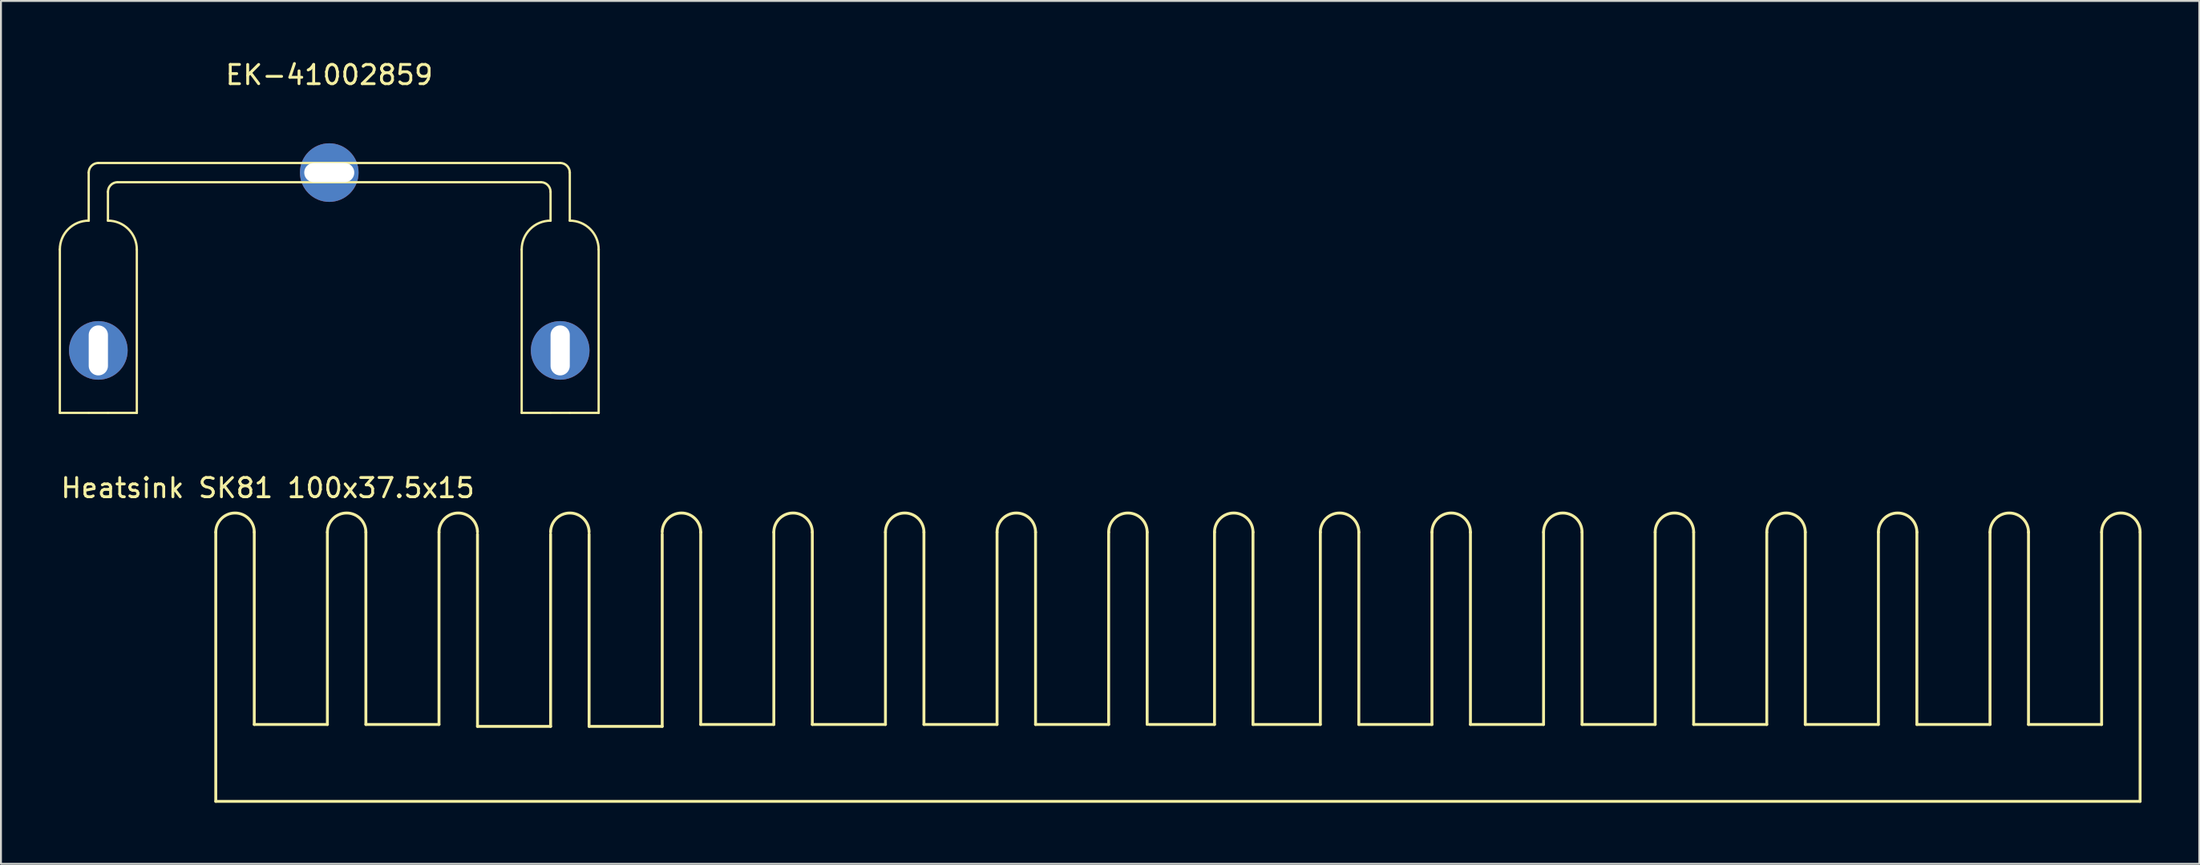
<source format=kicad_pcb>
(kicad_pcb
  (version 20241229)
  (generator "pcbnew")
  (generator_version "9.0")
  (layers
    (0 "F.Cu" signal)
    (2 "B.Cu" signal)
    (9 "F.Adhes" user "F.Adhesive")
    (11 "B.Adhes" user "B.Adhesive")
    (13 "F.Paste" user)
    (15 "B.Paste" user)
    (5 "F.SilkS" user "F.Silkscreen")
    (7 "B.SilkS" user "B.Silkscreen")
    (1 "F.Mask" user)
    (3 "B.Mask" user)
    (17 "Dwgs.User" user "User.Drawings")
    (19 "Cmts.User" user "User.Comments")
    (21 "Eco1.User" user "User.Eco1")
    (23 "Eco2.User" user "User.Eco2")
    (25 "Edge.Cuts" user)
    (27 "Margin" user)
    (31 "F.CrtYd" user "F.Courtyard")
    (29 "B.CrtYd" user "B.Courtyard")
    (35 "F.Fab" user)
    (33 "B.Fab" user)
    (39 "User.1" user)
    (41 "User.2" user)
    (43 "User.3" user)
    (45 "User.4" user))
  (footprint "EK-41002859"
    (layer "F.Cu")
    (at 14.06 5.928)
    (property "Reference" "EK-41002859" (at 0 -5.08 0) (layer "F.SilkS") (effects (font (size 1 1) (thickness 0.15))))
    (attr through_hole)
    (fp_line (start -14 12.5) (end -14 4) (stroke (width 0.12) (type solid)) (layer "F.SilkS"))
    (fp_line (start -12.5 2.5) (end -12.5 0) (stroke (width 0.12) (type solid)) (layer "F.SilkS"))
    (fp_line (start -12.5 12.5) (end -14 12.5) (stroke (width 0.12) (type solid)) (layer "F.SilkS"))
    (fp_line (start -12.5 12.5) (end -11.5 12.5) (stroke (width 0.12) (type solid)) (layer "F.SilkS"))
    (fp_line (start -11.5 2.5) (end -11.5 1) (stroke (width 0.12) (type solid)) (layer "F.SilkS"))
    (fp_line (start -11.5 12.5) (end -10 12.5) (stroke (width 0.12) (type solid)) (layer "F.SilkS"))
    (fp_line (start -11 0.5) (end 11 0.5) (stroke (width 0.12) (type solid)) (layer "F.SilkS"))
    (fp_line (start -10 4) (end -10 12.5) (stroke (width 0.12) (type solid)) (layer "F.SilkS"))
    (fp_line (start 10 4) (end 10 12.5) (stroke (width 0.12) (type solid)) (layer "F.SilkS"))
    (fp_line (start 11.5 1) (end 11.5 2.5) (stroke (width 0.12) (type solid)) (layer "F.SilkS"))
    (fp_line (start 11.5 12.5) (end 10 12.5) (stroke (width 0.12) (type solid)) (layer "F.SilkS"))
    (fp_line (start 11.5 12.5) (end 12.5 12.5) (stroke (width 0.12) (type solid)) (layer "F.SilkS"))
    (fp_line (start 12 -0.5) (end -12 -0.5) (stroke (width 0.12) (type solid)) (layer "F.SilkS"))
    (fp_line (start 12.5 2.5) (end 12.5 0) (stroke (width 0.12) (type solid)) (layer "F.SilkS"))
    (fp_line (start 12.5 12.5) (end 14 12.5) (stroke (width 0.12) (type solid)) (layer "F.SilkS"))
    (fp_line (start 14 4) (end 14 12.5) (stroke (width 0.12) (type solid)) (layer "F.SilkS"))
    (fp_arc (start -14 4) (mid -13.56066 2.93934) (end -12.5 2.5) (stroke (width 0.12) (type solid)) (layer "F.SilkS"))
    (fp_arc (start -12.5 0) (mid -12.353553 -0.353553) (end -12 -0.5) (stroke (width 0.12) (type solid)) (layer "F.SilkS"))
    (fp_arc (start -11.5 1) (mid -11.353553 0.646447) (end -11 0.5) (stroke (width 0.12) (type solid)) (layer "F.SilkS"))
    (fp_arc (start -11.5 2.5) (mid -10.43934 2.93934) (end -10 4) (stroke (width 0.12) (type solid)) (layer "F.SilkS"))
    (fp_arc (start 10 4) (mid 10.43934 2.93934) (end 11.5 2.5) (stroke (width 0.12) (type solid)) (layer "F.SilkS"))
    (fp_arc (start 11 0.5) (mid 11.353553 0.646447) (end 11.5 1) (stroke (width 0.12) (type solid)) (layer "F.SilkS"))
    (fp_arc (start 12 -0.5) (mid 12.353553 -0.353553) (end 12.5 0) (stroke (width 0.12) (type solid)) (layer "F.SilkS"))
    (fp_arc (start 12.5 2.5) (mid 13.56066 2.93934) (end 14 4) (stroke (width 0.12) (type solid)) (layer "F.SilkS"))
    (pad "1" thru_hole circle (at -12 9.25) (size 3.048 3.048) (drill oval 1 2.6) (layers "*.Cu" "*.Mask"))
    (pad "1" thru_hole circle (at 0 0) (size 3.048 3.048) (drill oval 2.6 1) (layers "*.Cu" "*.Mask"))
    (pad "1" thru_hole circle (at 12 9.25) (size 3.048 3.048) (drill oval 1 2.6) (layers "*.Cu" "*.Mask")))
  (footprint "Heatsink SK81 100x37.5x15"
    (layer "F.Cu")
    (at 8.163 38.636)
    (property "Reference" "Heatsink SK81 100x37.5x15" (at 2.7 -16.3 0) (unlocked yes) (layer "F.SilkS") (effects (font (size 1 1) (thickness 0.15))))
    (attr through_hole)
    (fp_line (start 0 0) (end 0 -14) (stroke (width 0.15) (type solid)) (layer "F.SilkS"))
    (fp_line (start 0 0) (end 100 0) (stroke (width 0.15) (type solid)) (layer "F.SilkS"))
    (fp_line (start 2 -14) (end 2 -4) (stroke (width 0.15) (type solid)) (layer "F.SilkS"))
    (fp_line (start 5.8 -14) (end 5.8 -4) (stroke (width 0.15) (type solid)) (layer "F.SilkS"))
    (fp_line (start 5.8 -4) (end 2 -4) (stroke (width 0.15) (type solid)) (layer "F.SilkS"))
    (fp_line (start 7.8 -14) (end 7.8 -4) (stroke (width 0.15) (type solid)) (layer "F.SilkS"))
    (fp_line (start 11.6 -14) (end 11.6 -4) (stroke (width 0.15) (type solid)) (layer "F.SilkS"))
    (fp_line (start 11.6 -4) (end 7.8 -4) (stroke (width 0.15) (type solid)) (layer "F.SilkS"))
    (fp_line (start 13.6 -13.9) (end 13.6 -3.9) (stroke (width 0.15) (type solid)) (layer "F.SilkS"))
    (fp_line (start 17.4 -13.9) (end 17.4 -3.9) (stroke (width 0.15) (type solid)) (layer "F.SilkS"))
    (fp_line (start 17.4 -3.9) (end 13.6 -3.9) (stroke (width 0.15) (type solid)) (layer "F.SilkS"))
    (fp_line (start 19.4 -13.9) (end 19.4 -3.9) (stroke (width 0.15) (type solid)) (layer "F.SilkS"))
    (fp_line (start 23.2 -13.9) (end 23.2 -3.9) (stroke (width 0.15) (type solid)) (layer "F.SilkS"))
    (fp_line (start 23.2 -3.9) (end 19.4 -3.9) (stroke (width 0.15) (type solid)) (layer "F.SilkS"))
    (fp_line (start 25.2 -14) (end 25.2 -4) (stroke (width 0.15) (type solid)) (layer "F.SilkS"))
    (fp_line (start 29 -14) (end 29 -4) (stroke (width 0.15) (type solid)) (layer "F.SilkS"))
    (fp_line (start 29 -4) (end 25.2 -4) (stroke (width 0.15) (type solid)) (layer "F.SilkS"))
    (fp_line (start 31 -14) (end 31 -4) (stroke (width 0.15) (type solid)) (layer "F.SilkS"))
    (fp_line (start 34.8 -14) (end 34.8 -4) (stroke (width 0.15) (type solid)) (layer "F.SilkS"))
    (fp_line (start 34.8 -4) (end 31 -4) (stroke (width 0.15) (type solid)) (layer "F.SilkS"))
    (fp_line (start 36.8 -14) (end 36.8 -4) (stroke (width 0.15) (type solid)) (layer "F.SilkS"))
    (fp_line (start 40.6 -14) (end 40.6 -4) (stroke (width 0.15) (type solid)) (layer "F.SilkS"))
    (fp_line (start 40.6 -4) (end 36.8 -4) (stroke (width 0.15) (type solid)) (layer "F.SilkS"))
    (fp_line (start 42.6 -14) (end 42.6 -4) (stroke (width 0.15) (type solid)) (layer "F.SilkS"))
    (fp_line (start 46.4 -14) (end 46.4 -4) (stroke (width 0.15) (type solid)) (layer "F.SilkS"))
    (fp_line (start 46.4 -4) (end 42.6 -4) (stroke (width 0.15) (type solid)) (layer "F.SilkS"))
    (fp_line (start 48.4 -14) (end 48.4 -4) (stroke (width 0.15) (type solid)) (layer "F.SilkS"))
    (fp_line (start 51.9 -14) (end 51.9 -4) (stroke (width 0.15) (type solid)) (layer "F.SilkS"))
    (fp_line (start 51.9 -4) (end 48.5 -4) (stroke (width 0.15) (type solid)) (layer "F.SilkS"))
    (fp_line (start 53.9 -14) (end 53.9 -4) (stroke (width 0.15) (type solid)) (layer "F.SilkS"))
    (fp_line (start 57.4 -14) (end 57.4 -4) (stroke (width 0.15) (type solid)) (layer "F.SilkS"))
    (fp_line (start 57.4 -4) (end 53.9 -4) (stroke (width 0.15) (type solid)) (layer "F.SilkS"))
    (fp_line (start 59.4 -14) (end 59.4 -4) (stroke (width 0.15) (type solid)) (layer "F.SilkS"))
    (fp_line (start 63.2 -14) (end 63.2 -4) (stroke (width 0.15) (type solid)) (layer "F.SilkS"))
    (fp_line (start 63.2 -4) (end 59.4 -4) (stroke (width 0.15) (type solid)) (layer "F.SilkS"))
    (fp_line (start 65.2 -14) (end 65.2 -4) (stroke (width 0.15) (type solid)) (layer "F.SilkS"))
    (fp_line (start 65.2 -4) (end 69 -4) (stroke (width 0.15) (type solid)) (layer "F.SilkS"))
    (fp_line (start 69 -14) (end 69 -4) (stroke (width 0.15) (type solid)) (layer "F.SilkS"))
    (fp_line (start 71 -14) (end 71 -4) (stroke (width 0.15) (type solid)) (layer "F.SilkS"))
    (fp_line (start 74.8 -14) (end 74.8 -4) (stroke (width 0.15) (type solid)) (layer "F.SilkS"))
    (fp_line (start 74.8 -4) (end 71 -4) (stroke (width 0.15) (type solid)) (layer "F.SilkS"))
    (fp_line (start 76.8 -14) (end 76.8 -4) (stroke (width 0.15) (type solid)) (layer "F.SilkS"))
    (fp_line (start 80.6 -14) (end 80.6 -4) (stroke (width 0.15) (type solid)) (layer "F.SilkS"))
    (fp_line (start 80.6 -4) (end 76.8 -4) (stroke (width 0.15) (type solid)) (layer "F.SilkS"))
    (fp_line (start 82.6 -14) (end 82.6 -4) (stroke (width 0.15) (type solid)) (layer "F.SilkS"))
    (fp_line (start 86.4 -14) (end 86.4 -4) (stroke (width 0.15) (type solid)) (layer "F.SilkS"))
    (fp_line (start 86.4 -4) (end 82.6 -4) (stroke (width 0.15) (type solid)) (layer "F.SilkS"))
    (fp_line (start 88.4 -14) (end 88.4 -4) (stroke (width 0.15) (type solid)) (layer "F.SilkS"))
    (fp_line (start 92.2 -14) (end 92.2 -4) (stroke (width 0.15) (type solid)) (layer "F.SilkS"))
    (fp_line (start 92.2 -4) (end 88.4 -4) (stroke (width 0.15) (type solid)) (layer "F.SilkS"))
    (fp_line (start 94.2 -14) (end 94.2 -4) (stroke (width 0.15) (type solid)) (layer "F.SilkS"))
    (fp_line (start 98 -14) (end 98 -4) (stroke (width 0.15) (type solid)) (layer "F.SilkS"))
    (fp_line (start 98 -4) (end 94.2 -4) (stroke (width 0.15) (type solid)) (layer "F.SilkS"))
    (fp_line (start 100 0) (end 100 -14) (stroke (width 0.15) (type solid)) (layer "F.SilkS"))
    (fp_arc (start 0 -14) (mid 1 -15) (end 2 -14) (stroke (width 0.15) (type solid)) (layer "F.SilkS"))
    (fp_arc (start 5.8 -14) (mid 6.8 -15) (end 7.8 -14) (stroke (width 0.15) (type solid)) (layer "F.SilkS"))
    (fp_arc (start 11.6 -14) (mid 12.6 -15) (end 13.6 -14) (stroke (width 0.15) (type solid)) (layer "F.SilkS"))
    (fp_arc (start 17.4 -14) (mid 18.4 -15) (end 19.4 -14) (stroke (width 0.15) (type solid)) (layer "F.SilkS"))
    (fp_arc (start 23.2 -14) (mid 24.2 -15) (end 25.2 -14) (stroke (width 0.15) (type solid)) (layer "F.SilkS"))
    (fp_arc (start 29 -14) (mid 30 -15) (end 31 -14) (stroke (width 0.15) (type solid)) (layer "F.SilkS"))
    (fp_arc (start 34.8 -14) (mid 35.8 -15) (end 36.8 -14) (stroke (width 0.15) (type solid)) (layer "F.SilkS"))
    (fp_arc (start 40.6 -14) (mid 41.6 -15) (end 42.6 -14) (stroke (width 0.15) (type solid)) (layer "F.SilkS"))
    (fp_arc (start 46.4 -14) (mid 47.4 -15) (end 48.4 -14) (stroke (width 0.15) (type solid)) (layer "F.SilkS"))
    (fp_arc (start 51.9 -14) (mid 52.9 -15) (end 53.9 -14) (stroke (width 0.15) (type solid)) (layer "F.SilkS"))
    (fp_arc (start 57.4 -14) (mid 58.4 -15) (end 59.4 -14) (stroke (width 0.15) (type solid)) (layer "F.SilkS"))
    (fp_arc (start 63.2 -14) (mid 64.2 -15) (end 65.2 -14) (stroke (width 0.15) (type solid)) (layer "F.SilkS"))
    (fp_arc (start 69 -14) (mid 70 -15) (end 71 -14) (stroke (width 0.15) (type solid)) (layer "F.SilkS"))
    (fp_arc (start 74.8 -14) (mid 75.8 -15) (end 76.8 -14) (stroke (width 0.15) (type solid)) (layer "F.SilkS"))
    (fp_arc (start 80.6 -14) (mid 81.6 -15) (end 82.6 -14) (stroke (width 0.15) (type solid)) (layer "F.SilkS"))
    (fp_arc (start 86.4 -14) (mid 87.4 -15) (end 88.4 -14) (stroke (width 0.15) (type solid)) (layer "F.SilkS"))
    (fp_arc (start 92.2 -14) (mid 93.2 -15) (end 94.2 -14) (stroke (width 0.15) (type solid)) (layer "F.SilkS"))
    (fp_arc (start 98 -14) (mid 99 -15) (end 100 -14) (stroke (width 0.15) (type solid)) (layer "F.SilkS")))
  (gr_rect
    (start -3 -3)
    (end 111.238 41.886)
    (stroke (width 0.1) (type default))
    (fill no)
    (layer "Edge.Cuts")))
</source>
